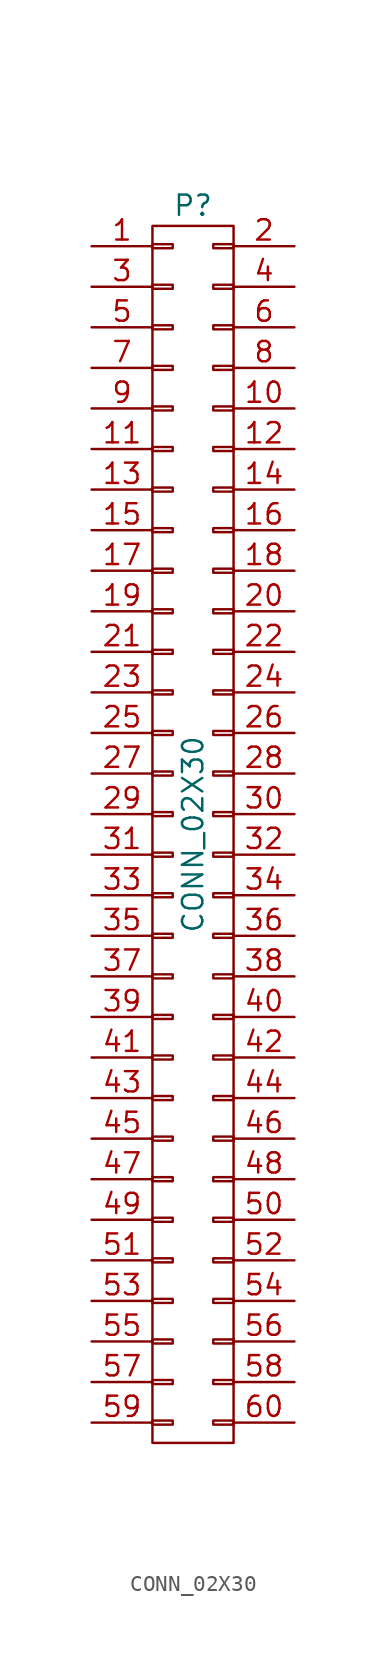
<source format=kicad_sym>
(kicad_symbol_lib
  (version 20211014)
  (generator kicad_symbol_editor)
  (symbol "CONN_02X30"
    (pin_names
      (offset 0.025) hide)
    (property "Reference" "P"
      (at 0 39.37 0)
      (effects (font (size 1.27 1.27))))
    (property "Value" "CONN_02X30"
      (at 0 0 90)
      (effects (font (size 1.27 1.27))))
    (property "Footprint" ""
      (at 0 -12.7 0)
      (effects (font (size 1.27 1.27))))
    (property "Datasheet" ""
      (at 0 -12.7 0)
      (effects (font (size 1.27 1.27))))
    (symbol "CONN_02X30_0_1"
      (rectangle (start -2.54 -36.703) (end -1.27 -36.957) (stroke (width 0) (type default) (color 0 0 0 0)) (fill (type none)))
      (rectangle (start -2.54 -34.163) (end -1.27 -34.417) (stroke (width 0) (type default) (color 0 0 0 0)) (fill (type none)))
      (rectangle (start -2.54 -31.623) (end -1.27 -31.877) (stroke (width 0) (type default) (color 0 0 0 0)) (fill (type none)))
      (rectangle (start -2.54 -29.083) (end -1.27 -29.337) (stroke (width 0) (type default) (color 0 0 0 0)) (fill (type none)))
      (rectangle (start -2.54 -26.543) (end -1.27 -26.797) (stroke (width 0) (type default) (color 0 0 0 0)) (fill (type none)))
      (rectangle (start -2.54 -24.003) (end -1.27 -24.257) (stroke (width 0) (type default) (color 0 0 0 0)) (fill (type none)))
      (rectangle (start -2.54 -21.463) (end -1.27 -21.717) (stroke (width 0) (type default) (color 0 0 0 0)) (fill (type none)))
      (rectangle (start -2.54 -18.923) (end -1.27 -19.177) (stroke (width 0) (type default) (color 0 0 0 0)) (fill (type none)))
      (rectangle (start -2.54 -16.383) (end -1.27 -16.637) (stroke (width 0) (type default) (color 0 0 0 0)) (fill (type none)))
      (rectangle (start -2.54 -13.843) (end -1.27 -14.097) (stroke (width 0) (type default) (color 0 0 0 0)) (fill (type none)))
      (rectangle (start -2.54 -11.303) (end -1.27 -11.557) (stroke (width 0) (type default) (color 0 0 0 0)) (fill (type none)))
      (rectangle (start -2.54 -8.763) (end -1.27 -9.017) (stroke (width 0) (type default) (color 0 0 0 0)) (fill (type none)))
      (rectangle (start -2.54 -6.223) (end -1.27 -6.477) (stroke (width 0) (type default) (color 0 0 0 0)) (fill (type none)))
      (rectangle (start -2.54 -3.683) (end -1.27 -3.937) (stroke (width 0) (type default) (color 0 0 0 0)) (fill (type none)))
      (rectangle (start -2.54 -1.143) (end -1.27 -1.397) (stroke (width 0) (type default) (color 0 0 0 0)) (fill (type none)))
      (rectangle (start -2.54 1.397) (end -1.27 1.143) (stroke (width 0) (type default) (color 0 0 0 0)) (fill (type none)))
      (rectangle (start -2.54 3.937) (end -1.27 3.683) (stroke (width 0) (type default) (color 0 0 0 0)) (fill (type none)))
      (rectangle (start -2.54 6.477) (end -1.27 6.223) (stroke (width 0) (type default) (color 0 0 0 0)) (fill (type none)))
      (rectangle (start -2.54 9.017) (end -1.27 8.763) (stroke (width 0) (type default) (color 0 0 0 0)) (fill (type none)))
      (rectangle (start -2.54 11.557) (end -1.27 11.303) (stroke (width 0) (type default) (color 0 0 0 0)) (fill (type none)))
      (rectangle (start -2.54 14.097) (end -1.27 13.843) (stroke (width 0) (type default) (color 0 0 0 0)) (fill (type none)))
      (rectangle (start -2.54 16.637) (end -1.27 16.383) (stroke (width 0) (type default) (color 0 0 0 0)) (fill (type none)))
      (rectangle (start -2.54 19.177) (end -1.27 18.923) (stroke (width 0) (type default) (color 0 0 0 0)) (fill (type none)))
      (rectangle (start -2.54 21.717) (end -1.27 21.463) (stroke (width 0) (type default) (color 0 0 0 0)) (fill (type none)))
      (rectangle (start -2.54 24.257) (end -1.27 24.003) (stroke (width 0) (type default) (color 0 0 0 0)) (fill (type none)))
      (rectangle (start -2.54 26.797) (end -1.27 26.543) (stroke (width 0) (type default) (color 0 0 0 0)) (fill (type none)))
      (rectangle (start -2.54 29.337) (end -1.27 29.083) (stroke (width 0) (type default) (color 0 0 0 0)) (fill (type none)))
      (rectangle (start -2.54 31.877) (end -1.27 31.623) (stroke (width 0) (type default) (color 0 0 0 0)) (fill (type none)))
      (rectangle (start -2.54 34.417) (end -1.27 34.163) (stroke (width 0) (type default) (color 0 0 0 0)) (fill (type none)))
      (rectangle (start -2.54 36.957) (end -1.27 36.703) (stroke (width 0) (type default) (color 0 0 0 0)) (fill (type none)))
      (rectangle (start -2.54 38.1) (end 2.54 -38.1) (stroke (width 0) (type default) (color 0 0 0 0)) (fill (type none)))
      (rectangle (start 1.27 -36.703) (end 2.54 -36.957) (stroke (width 0) (type default) (color 0 0 0 0)) (fill (type none)))
      (rectangle (start 1.27 -34.163) (end 2.54 -34.417) (stroke (width 0) (type default) (color 0 0 0 0)) (fill (type none)))
      (rectangle (start 1.27 -31.623) (end 2.54 -31.877) (stroke (width 0) (type default) (color 0 0 0 0)) (fill (type none)))
      (rectangle (start 1.27 -29.083) (end 2.54 -29.337) (stroke (width 0) (type default) (color 0 0 0 0)) (fill (type none)))
      (rectangle (start 1.27 -26.543) (end 2.54 -26.797) (stroke (width 0) (type default) (color 0 0 0 0)) (fill (type none)))
      (rectangle (start 1.27 -24.003) (end 2.54 -24.257) (stroke (width 0) (type default) (color 0 0 0 0)) (fill (type none)))
      (rectangle (start 1.27 -21.463) (end 2.54 -21.717) (stroke (width 0) (type default) (color 0 0 0 0)) (fill (type none)))
      (rectangle (start 1.27 -18.923) (end 2.54 -19.177) (stroke (width 0) (type default) (color 0 0 0 0)) (fill (type none)))
      (rectangle (start 1.27 -16.383) (end 2.54 -16.637) (stroke (width 0) (type default) (color 0 0 0 0)) (fill (type none)))
      (rectangle (start 1.27 -13.843) (end 2.54 -14.097) (stroke (width 0) (type default) (color 0 0 0 0)) (fill (type none)))
      (rectangle (start 1.27 -11.303) (end 2.54 -11.557) (stroke (width 0) (type default) (color 0 0 0 0)) (fill (type none)))
      (rectangle (start 1.27 -8.763) (end 2.54 -9.017) (stroke (width 0) (type default) (color 0 0 0 0)) (fill (type none)))
      (rectangle (start 1.27 -6.223) (end 2.54 -6.477) (stroke (width 0) (type default) (color 0 0 0 0)) (fill (type none)))
      (rectangle (start 1.27 -3.683) (end 2.54 -3.937) (stroke (width 0) (type default) (color 0 0 0 0)) (fill (type none)))
      (rectangle (start 1.27 -1.143) (end 2.54 -1.397) (stroke (width 0) (type default) (color 0 0 0 0)) (fill (type none)))
      (rectangle (start 1.27 1.397) (end 2.54 1.143) (stroke (width 0) (type default) (color 0 0 0 0)) (fill (type none)))
      (rectangle (start 1.27 3.937) (end 2.54 3.683) (stroke (width 0) (type default) (color 0 0 0 0)) (fill (type none)))
      (rectangle (start 1.27 6.477) (end 2.54 6.223) (stroke (width 0) (type default) (color 0 0 0 0)) (fill (type none)))
      (rectangle (start 1.27 9.017) (end 2.54 8.763) (stroke (width 0) (type default) (color 0 0 0 0)) (fill (type none)))
      (rectangle (start 1.27 11.557) (end 2.54 11.303) (stroke (width 0) (type default) (color 0 0 0 0)) (fill (type none)))
      (rectangle (start 1.27 14.097) (end 2.54 13.843) (stroke (width 0) (type default) (color 0 0 0 0)) (fill (type none)))
      (rectangle (start 1.27 16.637) (end 2.54 16.383) (stroke (width 0) (type default) (color 0 0 0 0)) (fill (type none)))
      (rectangle (start 1.27 19.177) (end 2.54 18.923) (stroke (width 0) (type default) (color 0 0 0 0)) (fill (type none)))
      (rectangle (start 1.27 21.717) (end 2.54 21.463) (stroke (width 0) (type default) (color 0 0 0 0)) (fill (type none)))
      (rectangle (start 1.27 24.257) (end 2.54 24.003) (stroke (width 0) (type default) (color 0 0 0 0)) (fill (type none)))
      (rectangle (start 1.27 26.797) (end 2.54 26.543) (stroke (width 0) (type default) (color 0 0 0 0)) (fill (type none)))
      (rectangle (start 1.27 29.337) (end 2.54 29.083) (stroke (width 0) (type default) (color 0 0 0 0)) (fill (type none)))
      (rectangle (start 1.27 31.877) (end 2.54 31.623) (stroke (width 0) (type default) (color 0 0 0 0)) (fill (type none)))
      (rectangle (start 1.27 34.417) (end 2.54 34.163) (stroke (width 0) (type default) (color 0 0 0 0)) (fill (type none)))
      (rectangle (start 1.27 36.957) (end 2.54 36.703) (stroke (width 0) (type default) (color 0 0 0 0)) (fill (type none))))
    (symbol "CONN_02X30_1_1"
      (pin passive line (at -6.35 36.83 0) (length 3.81) (name "P1" (effects (font (size 1.27 1.27)))) (number "1" (effects (font (size 1.27 1.27)))))
      (pin passive line (at 6.35 26.67 180) (length 3.81) (name "P10" (effects (font (size 1.27 1.27)))) (number "10" (effects (font (size 1.27 1.27)))))
      (pin passive line (at -6.35 24.13 0) (length 3.81) (name "P11" (effects (font (size 1.27 1.27)))) (number "11" (effects (font (size 1.27 1.27)))))
      (pin passive line (at 6.35 24.13 180) (length 3.81) (name "P12" (effects (font (size 1.27 1.27)))) (number "12" (effects (font (size 1.27 1.27)))))
      (pin passive line (at -6.35 21.59 0) (length 3.81) (name "P13" (effects (font (size 1.27 1.27)))) (number "13" (effects (font (size 1.27 1.27)))))
      (pin passive line (at 6.35 21.59 180) (length 3.81) (name "P14" (effects (font (size 1.27 1.27)))) (number "14" (effects (font (size 1.27 1.27)))))
      (pin passive line (at -6.35 19.05 0) (length 3.81) (name "P15" (effects (font (size 1.27 1.27)))) (number "15" (effects (font (size 1.27 1.27)))))
      (pin passive line (at 6.35 19.05 180) (length 3.81) (name "P16" (effects (font (size 1.27 1.27)))) (number "16" (effects (font (size 1.27 1.27)))))
      (pin passive line (at -6.35 16.51 0) (length 3.81) (name "P17" (effects (font (size 1.27 1.27)))) (number "17" (effects (font (size 1.27 1.27)))))
      (pin passive line (at 6.35 16.51 180) (length 3.81) (name "P18" (effects (font (size 1.27 1.27)))) (number "18" (effects (font (size 1.27 1.27)))))
      (pin passive line (at -6.35 13.97 0) (length 3.81) (name "P19" (effects (font (size 1.27 1.27)))) (number "19" (effects (font (size 1.27 1.27)))))
      (pin passive line (at 6.35 36.83 180) (length 3.81) (name "P2" (effects (font (size 1.27 1.27)))) (number "2" (effects (font (size 1.27 1.27)))))
      (pin passive line (at 6.35 13.97 180) (length 3.81) (name "P20" (effects (font (size 1.27 1.27)))) (number "20" (effects (font (size 1.27 1.27)))))
      (pin passive line (at -6.35 11.43 0) (length 3.81) (name "P21" (effects (font (size 1.27 1.27)))) (number "21" (effects (font (size 1.27 1.27)))))
      (pin passive line (at 6.35 11.43 180) (length 3.81) (name "P22" (effects (font (size 1.27 1.27)))) (number "22" (effects (font (size 1.27 1.27)))))
      (pin passive line (at -6.35 8.89 0) (length 3.81) (name "P23" (effects (font (size 1.27 1.27)))) (number "23" (effects (font (size 1.27 1.27)))))
      (pin passive line (at 6.35 8.89 180) (length 3.81) (name "P24" (effects (font (size 1.27 1.27)))) (number "24" (effects (font (size 1.27 1.27)))))
      (pin passive line (at -6.35 6.35 0) (length 3.81) (name "P25" (effects (font (size 1.27 1.27)))) (number "25" (effects (font (size 1.27 1.27)))))
      (pin passive line (at 6.35 6.35 180) (length 3.81) (name "P26" (effects (font (size 1.27 1.27)))) (number "26" (effects (font (size 1.27 1.27)))))
      (pin passive line (at -6.35 3.81 0) (length 3.81) (name "P27" (effects (font (size 1.27 1.27)))) (number "27" (effects (font (size 1.27 1.27)))))
      (pin passive line (at 6.35 3.81 180) (length 3.81) (name "P28" (effects (font (size 1.27 1.27)))) (number "28" (effects (font (size 1.27 1.27)))))
      (pin passive line (at -6.35 1.27 0) (length 3.81) (name "P29" (effects (font (size 1.27 1.27)))) (number "29" (effects (font (size 1.27 1.27)))))
      (pin passive line (at -6.35 34.29 0) (length 3.81) (name "P3" (effects (font (size 1.27 1.27)))) (number "3" (effects (font (size 1.27 1.27)))))
      (pin passive line (at 6.35 1.27 180) (length 3.81) (name "P30" (effects (font (size 1.27 1.27)))) (number "30" (effects (font (size 1.27 1.27)))))
      (pin passive line (at -6.35 -1.27 0) (length 3.81) (name "P31" (effects (font (size 1.27 1.27)))) (number "31" (effects (font (size 1.27 1.27)))))
      (pin passive line (at 6.35 -1.27 180) (length 3.81) (name "P32" (effects (font (size 1.27 1.27)))) (number "32" (effects (font (size 1.27 1.27)))))
      (pin passive line (at -6.35 -3.81 0) (length 3.81) (name "P33" (effects (font (size 1.27 1.27)))) (number "33" (effects (font (size 1.27 1.27)))))
      (pin passive line (at 6.35 -3.81 180) (length 3.81) (name "P34" (effects (font (size 1.27 1.27)))) (number "34" (effects (font (size 1.27 1.27)))))
      (pin passive line (at -6.35 -6.35 0) (length 3.81) (name "P35" (effects (font (size 1.27 1.27)))) (number "35" (effects (font (size 1.27 1.27)))))
      (pin passive line (at 6.35 -6.35 180) (length 3.81) (name "P36" (effects (font (size 1.27 1.27)))) (number "36" (effects (font (size 1.27 1.27)))))
      (pin passive line (at -6.35 -8.89 0) (length 3.81) (name "P37" (effects (font (size 1.27 1.27)))) (number "37" (effects (font (size 1.27 1.27)))))
      (pin passive line (at 6.35 -8.89 180) (length 3.81) (name "P38" (effects (font (size 1.27 1.27)))) (number "38" (effects (font (size 1.27 1.27)))))
      (pin passive line (at -6.35 -11.43 0) (length 3.81) (name "P39" (effects (font (size 1.27 1.27)))) (number "39" (effects (font (size 1.27 1.27)))))
      (pin passive line (at 6.35 34.29 180) (length 3.81) (name "P4" (effects (font (size 1.27 1.27)))) (number "4" (effects (font (size 1.27 1.27)))))
      (pin passive line (at 6.35 -11.43 180) (length 3.81) (name "P40" (effects (font (size 1.27 1.27)))) (number "40" (effects (font (size 1.27 1.27)))))
      (pin passive line (at -6.35 -13.97 0) (length 3.81) (name "P41" (effects (font (size 1.27 1.27)))) (number "41" (effects (font (size 1.27 1.27)))))
      (pin passive line (at 6.35 -13.97 180) (length 3.81) (name "P42" (effects (font (size 1.27 1.27)))) (number "42" (effects (font (size 1.27 1.27)))))
      (pin passive line (at -6.35 -16.51 0) (length 3.81) (name "P43" (effects (font (size 1.27 1.27)))) (number "43" (effects (font (size 1.27 1.27)))))
      (pin passive line (at 6.35 -16.51 180) (length 3.81) (name "P44" (effects (font (size 1.27 1.27)))) (number "44" (effects (font (size 1.27 1.27)))))
      (pin passive line (at -6.35 -19.05 0) (length 3.81) (name "P45" (effects (font (size 1.27 1.27)))) (number "45" (effects (font (size 1.27 1.27)))))
      (pin passive line (at 6.35 -19.05 180) (length 3.81) (name "P46" (effects (font (size 1.27 1.27)))) (number "46" (effects (font (size 1.27 1.27)))))
      (pin passive line (at -6.35 -21.59 0) (length 3.81) (name "P47" (effects (font (size 1.27 1.27)))) (number "47" (effects (font (size 1.27 1.27)))))
      (pin passive line (at 6.35 -21.59 180) (length 3.81) (name "P48" (effects (font (size 1.27 1.27)))) (number "48" (effects (font (size 1.27 1.27)))))
      (pin passive line (at -6.35 -24.13 0) (length 3.81) (name "P49" (effects (font (size 1.27 1.27)))) (number "49" (effects (font (size 1.27 1.27)))))
      (pin passive line (at -6.35 31.75 0) (length 3.81) (name "P5" (effects (font (size 1.27 1.27)))) (number "5" (effects (font (size 1.27 1.27)))))
      (pin passive line (at 6.35 -24.13 180) (length 3.81) (name "P50" (effects (font (size 1.27 1.27)))) (number "50" (effects (font (size 1.27 1.27)))))
      (pin passive line (at -6.35 -26.67 0) (length 3.81) (name "P51" (effects (font (size 1.27 1.27)))) (number "51" (effects (font (size 1.27 1.27)))))
      (pin passive line (at 6.35 -26.67 180) (length 3.81) (name "P52" (effects (font (size 1.27 1.27)))) (number "52" (effects (font (size 1.27 1.27)))))
      (pin passive line (at -6.35 -29.21 0) (length 3.81) (name "P53" (effects (font (size 1.27 1.27)))) (number "53" (effects (font (size 1.27 1.27)))))
      (pin passive line (at 6.35 -29.21 180) (length 3.81) (name "P54" (effects (font (size 1.27 1.27)))) (number "54" (effects (font (size 1.27 1.27)))))
      (pin passive line (at -6.35 -31.75 0) (length 3.81) (name "P55" (effects (font (size 1.27 1.27)))) (number "55" (effects (font (size 1.27 1.27)))))
      (pin passive line (at 6.35 -31.75 180) (length 3.81) (name "P56" (effects (font (size 1.27 1.27)))) (number "56" (effects (font (size 1.27 1.27)))))
      (pin passive line (at -6.35 -34.29 0) (length 3.81) (name "P57" (effects (font (size 1.27 1.27)))) (number "57" (effects (font (size 1.27 1.27)))))
      (pin passive line (at 6.35 -34.29 180) (length 3.81) (name "P58" (effects (font (size 1.27 1.27)))) (number "58" (effects (font (size 1.27 1.27)))))
      (pin passive line (at -6.35 -36.83 0) (length 3.81) (name "P59" (effects (font (size 1.27 1.27)))) (number "59" (effects (font (size 1.27 1.27)))))
      (pin passive line (at 6.35 31.75 180) (length 3.81) (name "P6" (effects (font (size 1.27 1.27)))) (number "6" (effects (font (size 1.27 1.27)))))
      (pin passive line (at 6.35 -36.83 180) (length 3.81) (name "P60" (effects (font (size 1.27 1.27)))) (number "60" (effects (font (size 1.27 1.27)))))
      (pin passive line (at -6.35 29.21 0) (length 3.81) (name "P7" (effects (font (size 1.27 1.27)))) (number "7" (effects (font (size 1.27 1.27)))))
      (pin passive line (at 6.35 29.21 180) (length 3.81) (name "P8" (effects (font (size 1.27 1.27)))) (number "8" (effects (font (size 1.27 1.27)))))
      (pin passive line (at -6.35 26.67 0) (length 3.81) (name "P9" (effects (font (size 1.27 1.27)))) (number "9" (effects (font (size 1.27 1.27))))))))
</source>
